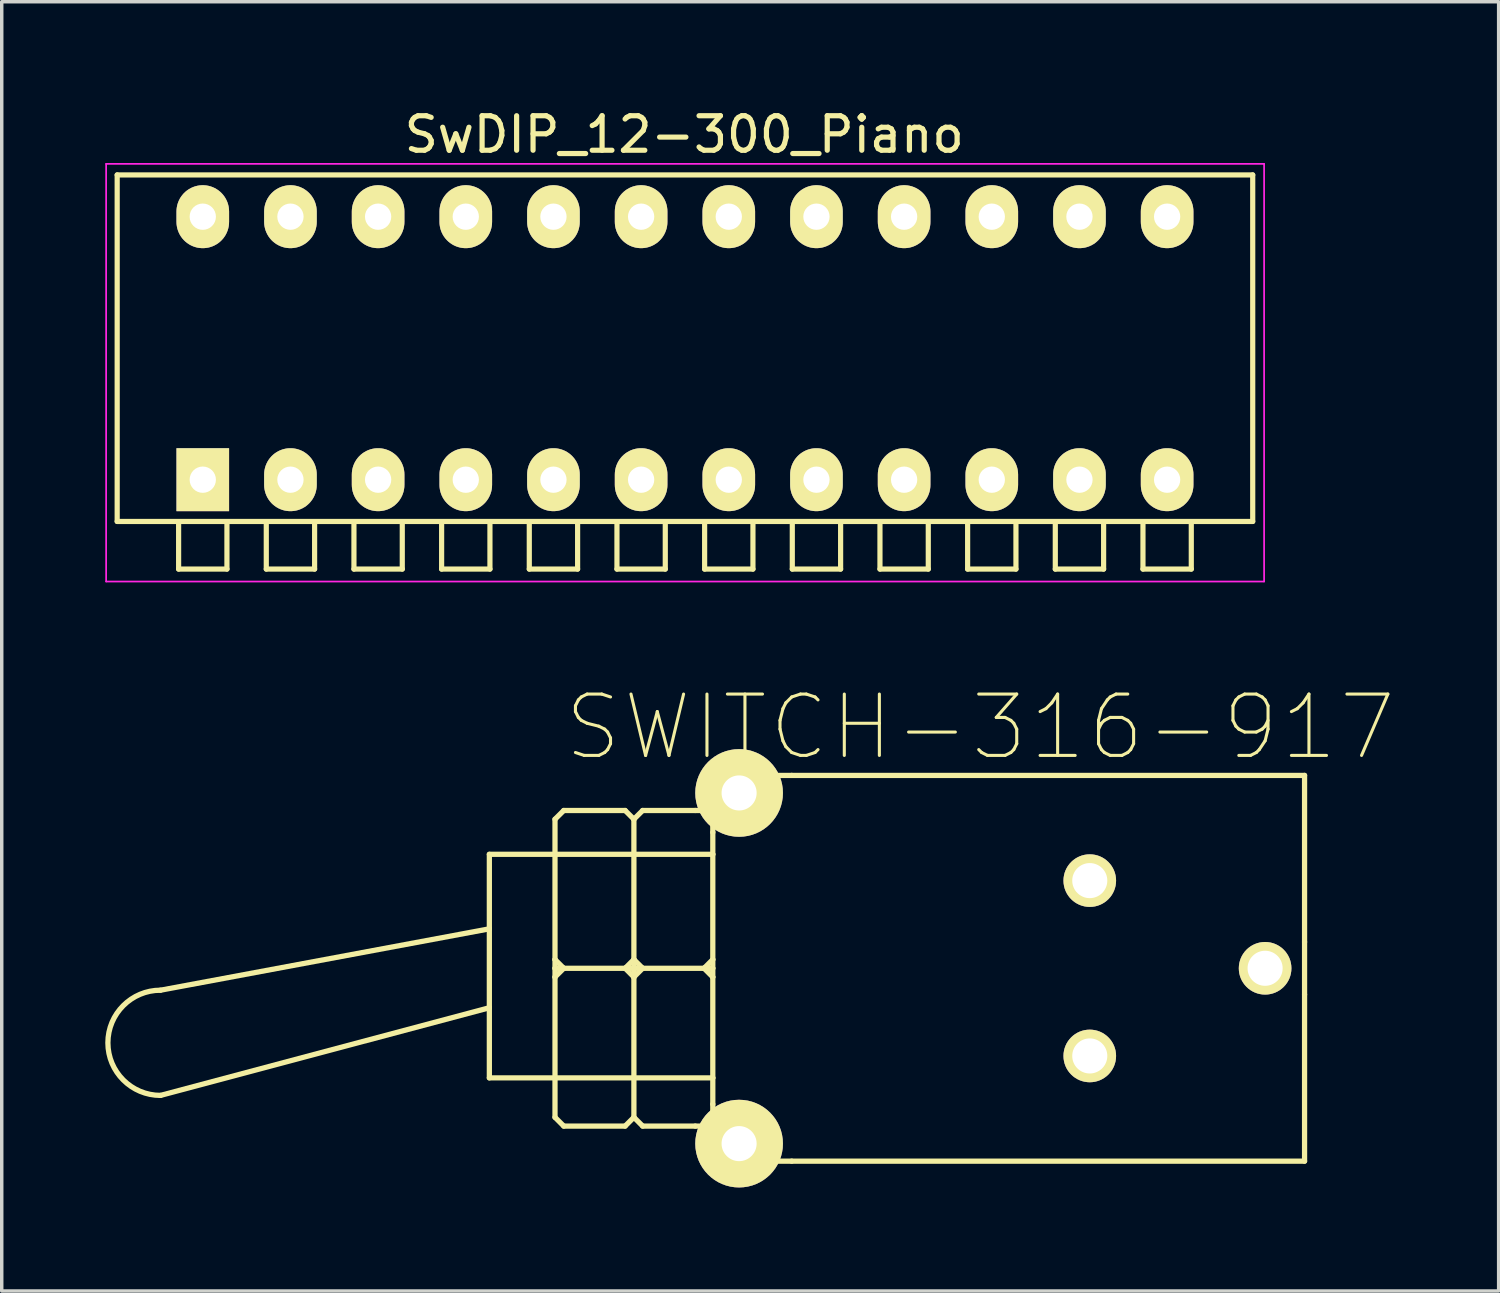
<source format=kicad_pcb>
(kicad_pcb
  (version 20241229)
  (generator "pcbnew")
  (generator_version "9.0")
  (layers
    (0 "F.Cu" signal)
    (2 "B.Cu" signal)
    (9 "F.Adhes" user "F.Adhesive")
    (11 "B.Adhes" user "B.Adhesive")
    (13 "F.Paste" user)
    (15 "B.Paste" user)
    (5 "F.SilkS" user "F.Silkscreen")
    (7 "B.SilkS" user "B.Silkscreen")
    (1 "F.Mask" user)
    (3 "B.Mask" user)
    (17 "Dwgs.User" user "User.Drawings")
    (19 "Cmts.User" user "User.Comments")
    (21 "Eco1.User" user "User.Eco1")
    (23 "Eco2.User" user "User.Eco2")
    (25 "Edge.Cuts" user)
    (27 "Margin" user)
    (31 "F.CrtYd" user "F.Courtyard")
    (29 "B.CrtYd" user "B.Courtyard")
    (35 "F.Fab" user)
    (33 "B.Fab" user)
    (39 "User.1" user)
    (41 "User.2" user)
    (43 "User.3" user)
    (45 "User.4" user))
  (footprint "SWITCH-316-917"
    (layer "F.Cu")
    (at 18.364 25.004)
    (property "Reference" "SWITCH-316-917" (at 6.985 -6.985 0) (layer "F.SilkS") (effects (font (size 1.778 1.778) (thickness 0.089))))
    (attr exclude_from_pos_files exclude_from_bom)
    (fp_line (start -7.236 -3.302) (end -0.762 -3.302) (stroke (width 0.152) (type solid)) (layer "F.SilkS"))
    (fp_line (start -7.236 -1.143) (end -16.764 0.635) (stroke (width 0.152) (type solid)) (layer "F.SilkS"))
    (fp_line (start -7.236 -1.143) (end -7.236 -3.302) (stroke (width 0.152) (type solid)) (layer "F.SilkS"))
    (fp_line (start -7.236 1.143) (end -16.764 3.683) (stroke (width 0.152) (type solid)) (layer "F.SilkS"))
    (fp_line (start -7.236 1.143) (end -7.236 -1.143) (stroke (width 0.152) (type solid)) (layer "F.SilkS"))
    (fp_line (start -7.236 3.175) (end -7.236 1.143) (stroke (width 0.152) (type solid)) (layer "F.SilkS"))
    (fp_line (start -5.334 -0.254) (end -5.334 -4.318) (stroke (width 0.152) (type solid)) (layer "F.SilkS"))
    (fp_line (start -5.334 -0.254) (end -5.08 0) (stroke (width 0.152) (type solid)) (layer "F.SilkS"))
    (fp_line (start -5.334 0) (end -5.334 -0.254) (stroke (width 0.152) (type solid)) (layer "F.SilkS"))
    (fp_line (start -5.334 0) (end -5.08 0) (stroke (width 0.152) (type solid)) (layer "F.SilkS"))
    (fp_line (start -5.334 0.254) (end -5.334 0) (stroke (width 0.152) (type solid)) (layer "F.SilkS"))
    (fp_line (start -5.334 4.318) (end -5.334 0.254) (stroke (width 0.152) (type solid)) (layer "F.SilkS"))
    (fp_line (start -5.334 4.318) (end -5.08 4.572) (stroke (width 0.152) (type solid)) (layer "F.SilkS"))
    (fp_line (start -5.08 -4.572) (end -5.334 -4.318) (stroke (width 0.152) (type solid)) (layer "F.SilkS"))
    (fp_line (start -5.08 -4.572) (end -3.302 -4.572) (stroke (width 0.152) (type solid)) (layer "F.SilkS"))
    (fp_line (start -5.08 0) (end -5.334 0.254) (stroke (width 0.152) (type solid)) (layer "F.SilkS"))
    (fp_line (start -5.08 0) (end -3.302 0) (stroke (width 0.152) (type solid)) (layer "F.SilkS"))
    (fp_line (start -3.302 0) (end -3.048 -0.254) (stroke (width 0.152) (type solid)) (layer "F.SilkS"))
    (fp_line (start -3.302 0) (end -3.048 0) (stroke (width 0.152) (type solid)) (layer "F.SilkS"))
    (fp_line (start -3.302 4.572) (end -5.08 4.572) (stroke (width 0.152) (type solid)) (layer "F.SilkS"))
    (fp_line (start -3.048 -4.318) (end -3.302 -4.572) (stroke (width 0.152) (type solid)) (layer "F.SilkS"))
    (fp_line (start -3.048 -0.254) (end -3.048 -4.318) (stroke (width 0.152) (type solid)) (layer "F.SilkS"))
    (fp_line (start -3.048 -0.254) (end -2.794 0) (stroke (width 0.152) (type solid)) (layer "F.SilkS"))
    (fp_line (start -3.048 0) (end -3.048 -0.254) (stroke (width 0.152) (type solid)) (layer "F.SilkS"))
    (fp_line (start -3.048 0) (end -2.794 0) (stroke (width 0.152) (type solid)) (layer "F.SilkS"))
    (fp_line (start -3.048 0.254) (end -3.302 0) (stroke (width 0.152) (type solid)) (layer "F.SilkS"))
    (fp_line (start -3.048 0.254) (end -3.048 0) (stroke (width 0.152) (type solid)) (layer "F.SilkS"))
    (fp_line (start -3.048 4.318) (end -3.302 4.572) (stroke (width 0.152) (type solid)) (layer "F.SilkS"))
    (fp_line (start -3.048 4.318) (end -3.048 0.254) (stroke (width 0.152) (type solid)) (layer "F.SilkS"))
    (fp_line (start -3.048 4.318) (end -2.794 4.572) (stroke (width 0.152) (type solid)) (layer "F.SilkS"))
    (fp_line (start -2.794 -4.572) (end -3.048 -4.318) (stroke (width 0.152) (type solid)) (layer "F.SilkS"))
    (fp_line (start -2.794 0) (end -3.048 0.254) (stroke (width 0.152) (type solid)) (layer "F.SilkS"))
    (fp_line (start -2.794 0) (end -1.016 0) (stroke (width 0.152) (type solid)) (layer "F.SilkS"))
    (fp_line (start -1.27 -4.572) (end -2.794 -4.572) (stroke (width 0.152) (type solid)) (layer "F.SilkS"))
    (fp_line (start -1.27 4.572) (end -2.794 4.572) (stroke (width 0.152) (type solid)) (layer "F.SilkS"))
    (fp_line (start -1.016 -4.572) (end -1.27 -4.572) (stroke (width 0.152) (type solid)) (layer "F.SilkS"))
    (fp_line (start -1.016 -4.572) (end -0.762 -4.572) (stroke (width 0.152) (type solid)) (layer "F.SilkS"))
    (fp_line (start -1.016 -4.572) (end -0.762 -4.318) (stroke (width 0.152) (type solid)) (layer "F.SilkS"))
    (fp_line (start -1.016 0) (end -0.762 0) (stroke (width 0.152) (type solid)) (layer "F.SilkS"))
    (fp_line (start -1.016 0) (end -0.762 0.254) (stroke (width 0.152) (type solid)) (layer "F.SilkS"))
    (fp_line (start -1.016 4.572) (end -1.27 4.572) (stroke (width 0.152) (type solid)) (layer "F.SilkS"))
    (fp_line (start -0.762 -5.588) (end -0.762 -4.572) (stroke (width 0.152) (type solid)) (layer "F.SilkS"))
    (fp_line (start -0.762 -5.588) (end 1.524 -5.588) (stroke (width 0.152) (type solid)) (layer "F.SilkS"))
    (fp_line (start -0.762 -4.572) (end -0.762 -4.318) (stroke (width 0.152) (type solid)) (layer "F.SilkS"))
    (fp_line (start -0.762 -4.318) (end -0.762 -3.937) (stroke (width 0.152) (type solid)) (layer "F.SilkS"))
    (fp_line (start -0.762 -3.937) (end -0.762 -3.302) (stroke (width 0.152) (type solid)) (layer "F.SilkS"))
    (fp_line (start -0.762 -3.302) (end -0.762 -0.254) (stroke (width 0.152) (type solid)) (layer "F.SilkS"))
    (fp_line (start -0.762 -0.254) (end -1.016 0) (stroke (width 0.152) (type solid)) (layer "F.SilkS"))
    (fp_line (start -0.762 -0.254) (end -0.762 0) (stroke (width 0.152) (type solid)) (layer "F.SilkS"))
    (fp_line (start -0.762 0) (end -0.762 0.254) (stroke (width 0.152) (type solid)) (layer "F.SilkS"))
    (fp_line (start -0.762 0.254) (end -0.762 3.175) (stroke (width 0.152) (type solid)) (layer "F.SilkS"))
    (fp_line (start -0.762 3.175) (end -7.236 3.175) (stroke (width 0.152) (type solid)) (layer "F.SilkS"))
    (fp_line (start -0.762 3.937) (end -0.762 3.175) (stroke (width 0.152) (type solid)) (layer "F.SilkS"))
    (fp_line (start -0.762 4.318) (end -1.016 4.572) (stroke (width 0.152) (type solid)) (layer "F.SilkS"))
    (fp_line (start -0.762 4.318) (end -0.762 3.937) (stroke (width 0.152) (type solid)) (layer "F.SilkS"))
    (fp_line (start -0.762 4.318) (end -0.762 4.572) (stroke (width 0.152) (type solid)) (layer "F.SilkS"))
    (fp_line (start -0.762 4.572) (end -1.016 4.572) (stroke (width 0.152) (type solid)) (layer "F.SilkS"))
    (fp_line (start -0.762 4.572) (end -0.762 5.588) (stroke (width 0.152) (type solid)) (layer "F.SilkS"))
    (fp_line (start -0.762 5.588) (end 1.524 5.588) (stroke (width 0.152) (type solid)) (layer "F.SilkS"))
    (fp_line (start 1.524 -5.588) (end 16.383 -5.588) (stroke (width 0.152) (type solid)) (layer "F.SilkS"))
    (fp_line (start 1.524 5.588) (end 16.383 5.588) (stroke (width 0.152) (type solid)) (layer "F.SilkS"))
    (fp_line (start 16.383 -0.762) (end 16.383 -5.588) (stroke (width 0.152) (type solid)) (layer "F.SilkS"))
    (fp_line (start 16.383 0.762) (end 16.383 -0.762) (stroke (width 0.152) (type solid)) (layer "F.SilkS"))
    (fp_line (start 16.383 5.588) (end 16.383 0.762) (stroke (width 0.152) (type solid)) (layer "F.SilkS"))
    (fp_arc (start -16.764 3.683) (mid -18.288 2.159) (end -16.764 0.635) (stroke (width 0.1524) (type solid)) (layer "F.SilkS"))
    (pad "1" thru_hole circle (at 10.16 -2.54) (size 1.524 1.524) (drill 1.016) (layers "*.Cu" "F.Mask" "F.SilkS" "F.Paste"))
    (pad "2" thru_hole circle (at 15.24 0) (size 1.524 1.524) (drill 1.016) (layers "*.Cu" "F.Mask" "F.SilkS" "F.Paste"))
    (pad "3" thru_hole circle (at 10.16 2.54) (size 1.524 1.524) (drill 1.016) (layers "*.Cu" "F.Mask" "F.SilkS" "F.Paste"))
    (pad "B" thru_hole circle (at 0 5.08) (size 2.54 2.54) (drill 1.016) (layers "*.Cu" "F.Mask" "F.SilkS" "F.Paste"))
    (pad "B1" thru_hole circle (at 0 -5.08) (size 2.54 2.54) (drill 1.016) (layers "*.Cu" "F.Mask" "F.SilkS" "F.Paste")))
  (footprint "SwDIP_12-300_Piano"
    (layer "F.Cu")
    (at 2.825 10.848)
    (property "Reference" "SwDIP_12-300_Piano" (at 13.95 -10 0) (layer "F.SilkS") (effects (font (size 1 1) (thickness 0.15))))
    (attr through_hole)
    (fp_line (start -2.48 -8.83) (end 30.42 -8.83) (stroke (width 0.15) (type solid)) (layer "F.SilkS"))
    (fp_line (start -2.48 1.21) (end -2.48 -8.83) (stroke (width 0.15) (type solid)) (layer "F.SilkS"))
    (fp_line (start -0.7 1.22) (end -0.7 2.59) (stroke (width 0.15) (type solid)) (layer "F.SilkS"))
    (fp_line (start -0.7 2.59) (end 0.7 2.59) (stroke (width 0.15) (type solid)) (layer "F.SilkS"))
    (fp_line (start 0.7 2.59) (end 0.7 1.22) (stroke (width 0.15) (type solid)) (layer "F.SilkS"))
    (fp_line (start 1.84 1.22) (end 1.84 2.59) (stroke (width 0.15) (type solid)) (layer "F.SilkS"))
    (fp_line (start 1.84 2.59) (end 3.24 2.59) (stroke (width 0.15) (type solid)) (layer "F.SilkS"))
    (fp_line (start 3.24 2.59) (end 3.24 1.22) (stroke (width 0.15) (type solid)) (layer "F.SilkS"))
    (fp_line (start 4.38 1.22) (end 4.38 2.59) (stroke (width 0.15) (type solid)) (layer "F.SilkS"))
    (fp_line (start 4.38 2.59) (end 5.78 2.59) (stroke (width 0.15) (type solid)) (layer "F.SilkS"))
    (fp_line (start 5.78 2.59) (end 5.78 1.22) (stroke (width 0.15) (type solid)) (layer "F.SilkS"))
    (fp_line (start 6.92 1.22) (end 6.92 2.59) (stroke (width 0.15) (type solid)) (layer "F.SilkS"))
    (fp_line (start 6.92 2.59) (end 8.32 2.59) (stroke (width 0.15) (type solid)) (layer "F.SilkS"))
    (fp_line (start 8.32 2.59) (end 8.32 1.22) (stroke (width 0.15) (type solid)) (layer "F.SilkS"))
    (fp_line (start 9.46 1.22) (end 9.46 2.59) (stroke (width 0.15) (type solid)) (layer "F.SilkS"))
    (fp_line (start 9.46 2.59) (end 10.86 2.59) (stroke (width 0.15) (type solid)) (layer "F.SilkS"))
    (fp_line (start 10.86 2.59) (end 10.86 1.22) (stroke (width 0.15) (type solid)) (layer "F.SilkS"))
    (fp_line (start 12 1.22) (end 12 2.59) (stroke (width 0.15) (type solid)) (layer "F.SilkS"))
    (fp_line (start 12 2.59) (end 13.4 2.59) (stroke (width 0.15) (type solid)) (layer "F.SilkS"))
    (fp_line (start 13.4 2.59) (end 13.4 1.22) (stroke (width 0.15) (type solid)) (layer "F.SilkS"))
    (fp_line (start 14.54 1.22) (end 14.54 2.59) (stroke (width 0.15) (type solid)) (layer "F.SilkS"))
    (fp_line (start 14.54 2.59) (end 15.94 2.59) (stroke (width 0.15) (type solid)) (layer "F.SilkS"))
    (fp_line (start 15.94 2.59) (end 15.94 1.22) (stroke (width 0.15) (type solid)) (layer "F.SilkS"))
    (fp_line (start 17.08 1.22) (end 17.08 2.59) (stroke (width 0.15) (type solid)) (layer "F.SilkS"))
    (fp_line (start 17.08 2.59) (end 18.48 2.59) (stroke (width 0.15) (type solid)) (layer "F.SilkS"))
    (fp_line (start 18.48 2.59) (end 18.48 1.22) (stroke (width 0.15) (type solid)) (layer "F.SilkS"))
    (fp_line (start 19.62 1.22) (end 19.62 2.59) (stroke (width 0.15) (type solid)) (layer "F.SilkS"))
    (fp_line (start 19.62 2.59) (end 21.02 2.59) (stroke (width 0.15) (type solid)) (layer "F.SilkS"))
    (fp_line (start 21.02 2.59) (end 21.02 1.22) (stroke (width 0.15) (type solid)) (layer "F.SilkS"))
    (fp_line (start 22.16 1.22) (end 22.16 2.59) (stroke (width 0.15) (type solid)) (layer "F.SilkS"))
    (fp_line (start 22.16 2.59) (end 23.56 2.59) (stroke (width 0.15) (type solid)) (layer "F.SilkS"))
    (fp_line (start 23.56 2.59) (end 23.56 1.22) (stroke (width 0.15) (type solid)) (layer "F.SilkS"))
    (fp_line (start 24.7 1.22) (end 24.7 2.59) (stroke (width 0.15) (type solid)) (layer "F.SilkS"))
    (fp_line (start 24.7 2.59) (end 26.1 2.59) (stroke (width 0.15) (type solid)) (layer "F.SilkS"))
    (fp_line (start 26.1 2.59) (end 26.1 1.22) (stroke (width 0.15) (type solid)) (layer "F.SilkS"))
    (fp_line (start 27.24 1.22) (end 27.24 2.59) (stroke (width 0.15) (type solid)) (layer "F.SilkS"))
    (fp_line (start 27.24 2.59) (end 28.64 2.59) (stroke (width 0.15) (type solid)) (layer "F.SilkS"))
    (fp_line (start 28.64 2.59) (end 28.64 1.22) (stroke (width 0.15) (type solid)) (layer "F.SilkS"))
    (fp_line (start 30.42 -8.83) (end 30.42 1.21) (stroke (width 0.15) (type solid)) (layer "F.SilkS"))
    (fp_line (start 30.42 1.21) (end -2.48 1.21) (stroke (width 0.15) (type solid)) (layer "F.SilkS"))
    (fp_line (start -2.8 -9.15) (end -2.8 2.95) (stroke (width 0.05) (type solid)) (layer "F.CrtYd"))
    (fp_line (start -2.8 2.95) (end 30.75 2.95) (stroke (width 0.05) (type solid)) (layer "F.CrtYd"))
    (fp_line (start 30.75 -9.15) (end -2.8 -9.15) (stroke (width 0.05) (type solid)) (layer "F.CrtYd"))
    (fp_line (start 30.75 2.95) (end 30.75 -9.15) (stroke (width 0.05) (type solid)) (layer "F.CrtYd"))
    (pad "1" thru_hole rect (at 0 0) (size 1.524 1.824) (drill 0.762) (layers "*.Cu" "*.Mask" "F.SilkS"))
    (pad "2" thru_hole oval (at 2.54 0) (size 1.524 1.824) (drill 0.762) (layers "*.Cu" "*.Mask" "F.SilkS"))
    (pad "3" thru_hole oval (at 5.08 0) (size 1.524 1.824) (drill 0.762) (layers "*.Cu" "*.Mask" "F.SilkS"))
    (pad "4" thru_hole oval (at 7.62 0) (size 1.524 1.824) (drill 0.762) (layers "*.Cu" "*.Mask" "F.SilkS"))
    (pad "5" thru_hole oval (at 10.16 0) (size 1.524 1.824) (drill 0.762) (layers "*.Cu" "*.Mask" "F.SilkS"))
    (pad "6" thru_hole oval (at 12.7 0) (size 1.524 1.824) (drill 0.762) (layers "*.Cu" "*.Mask" "F.SilkS"))
    (pad "7" thru_hole oval (at 15.24 0) (size 1.524 1.824) (drill 0.762) (layers "*.Cu" "*.Mask" "F.SilkS"))
    (pad "8" thru_hole oval (at 17.78 0) (size 1.524 1.824) (drill 0.762) (layers "*.Cu" "*.Mask" "F.SilkS"))
    (pad "9" thru_hole oval (at 20.32 0) (size 1.524 1.824) (drill 0.762) (layers "*.Cu" "*.Mask" "F.SilkS"))
    (pad "10" thru_hole oval (at 22.86 0) (size 1.524 1.824) (drill 0.762) (layers "*.Cu" "*.Mask" "F.SilkS"))
    (pad "11" thru_hole oval (at 25.4 0) (size 1.524 1.824) (drill 0.762) (layers "*.Cu" "*.Mask" "F.SilkS"))
    (pad "12" thru_hole oval (at 27.94 0) (size 1.524 1.824) (drill 0.762) (layers "*.Cu" "*.Mask" "F.SilkS"))
    (pad "13" thru_hole oval (at 27.94 -7.62) (size 1.524 1.824) (drill 0.762) (layers "*.Cu" "*.Mask" "F.SilkS"))
    (pad "14" thru_hole oval (at 25.4 -7.62) (size 1.524 1.824) (drill 0.762) (layers "*.Cu" "*.Mask" "F.SilkS"))
    (pad "15" thru_hole oval (at 22.86 -7.62) (size 1.524 1.824) (drill 0.762) (layers "*.Cu" "*.Mask" "F.SilkS"))
    (pad "16" thru_hole oval (at 20.32 -7.62) (size 1.524 1.824) (drill 0.762) (layers "*.Cu" "*.Mask" "F.SilkS"))
    (pad "17" thru_hole oval (at 17.78 -7.62) (size 1.524 1.824) (drill 0.762) (layers "*.Cu" "*.Mask" "F.SilkS"))
    (pad "18" thru_hole oval (at 15.24 -7.62) (size 1.524 1.824) (drill 0.762) (layers "*.Cu" "*.Mask" "F.SilkS"))
    (pad "19" thru_hole oval (at 12.7 -7.62) (size 1.524 1.824) (drill 0.762) (layers "*.Cu" "*.Mask" "F.SilkS"))
    (pad "20" thru_hole oval (at 10.16 -7.62) (size 1.524 1.824) (drill 0.762) (layers "*.Cu" "*.Mask" "F.SilkS"))
    (pad "21" thru_hole oval (at 7.62 -7.62) (size 1.524 1.824) (drill 0.762) (layers "*.Cu" "*.Mask" "F.SilkS"))
    (pad "22" thru_hole oval (at 5.08 -7.62) (size 1.524 1.824) (drill 0.762) (layers "*.Cu" "*.Mask" "F.SilkS"))
    (pad "23" thru_hole oval (at 2.54 -7.62) (size 1.524 1.824) (drill 0.762) (layers "*.Cu" "*.Mask" "F.SilkS"))
    (pad "24" thru_hole oval (at 0 -7.62) (size 1.524 1.824) (drill 0.762) (layers "*.Cu" "*.Mask" "F.SilkS")))
  (gr_rect
    (start -3 -3)
    (end 40.37 34.354)
    (stroke (width 0.1) (type default))
    (fill no)
    (layer "Edge.Cuts")))
</source>
